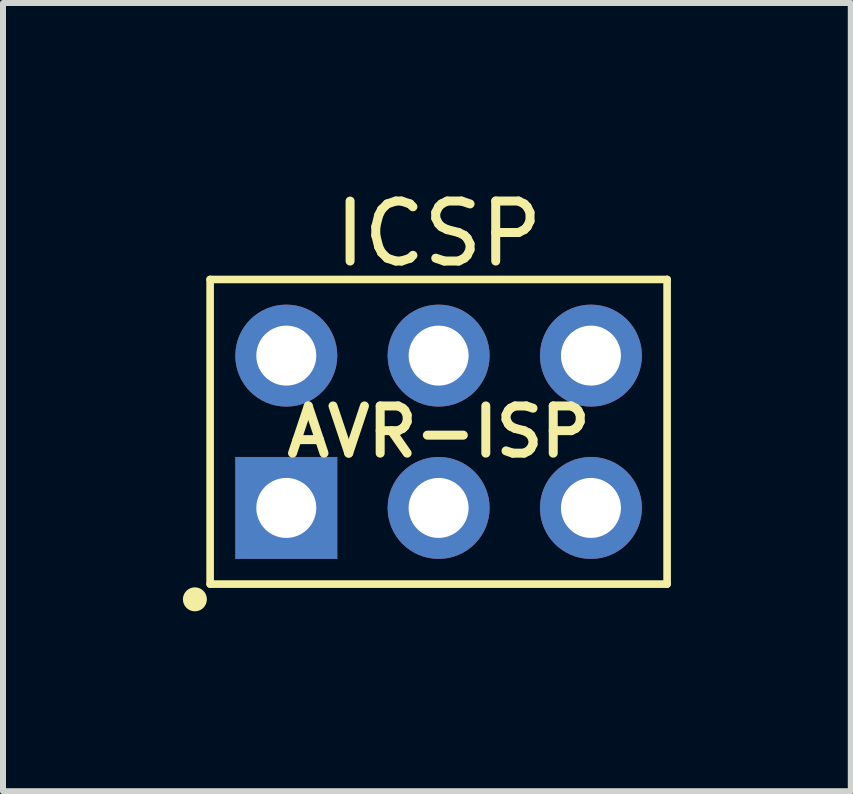
<source format=kicad_pcb>
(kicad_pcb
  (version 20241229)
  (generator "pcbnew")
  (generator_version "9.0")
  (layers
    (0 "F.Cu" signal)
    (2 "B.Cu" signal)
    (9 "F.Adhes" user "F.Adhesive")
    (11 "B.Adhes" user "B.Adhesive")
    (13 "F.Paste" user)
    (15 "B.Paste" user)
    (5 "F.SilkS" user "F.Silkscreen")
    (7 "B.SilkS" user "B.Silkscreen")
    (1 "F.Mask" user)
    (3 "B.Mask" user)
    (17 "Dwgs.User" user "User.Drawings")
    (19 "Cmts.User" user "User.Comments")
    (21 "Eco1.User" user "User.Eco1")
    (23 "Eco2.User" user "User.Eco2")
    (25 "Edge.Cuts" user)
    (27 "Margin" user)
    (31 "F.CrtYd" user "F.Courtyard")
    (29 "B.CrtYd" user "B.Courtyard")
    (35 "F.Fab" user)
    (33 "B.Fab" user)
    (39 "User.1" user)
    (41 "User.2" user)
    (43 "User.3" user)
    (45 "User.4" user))
  (footprint "AVR-ISP"
    (layer "F.Cu")
    (at 4.264 4.15)
    (property "Reference" "AVR-ISP" (at 0 0 0) (layer "F.SilkS") (effects (font (size 0.787 0.787) (thickness 0.15))))
    (attr through_hole)
    (fp_line (start -3.81 -2.54) (end 3.81 -2.54) (stroke (width 0.127) (type solid)) (layer "F.SilkS"))
    (fp_line (start -3.81 2.54) (end -3.81 -2.54) (stroke (width 0.127) (type solid)) (layer "F.SilkS"))
    (fp_line (start 3.81 -2.54) (end 3.81 2.54) (stroke (width 0.127) (type solid)) (layer "F.SilkS"))
    (fp_line (start 3.81 2.54) (end -3.81 2.54) (stroke (width 0.127) (type solid)) (layer "F.SilkS"))
    (fp_circle (center -4.064 2.794) (end -3.964 2.794) (stroke (width 0.2) (type solid)) (fill no) (layer "F.SilkS"))
    (fp_text user "ICSP" (at 0 -3.302 0) (layer "F.SilkS") (effects (font (size 1 1) (thickness 0.15))))
    (pad "1" thru_hole rect (at -2.54 1.27) (size 1.7 1.7) (drill 1) (layers "*.Cu" "*.Mask"))
    (pad "2" thru_hole circle (at -2.54 -1.27) (size 1.7 1.7) (drill 1) (layers "*.Cu" "*.Mask"))
    (pad "3" thru_hole circle (at 0 1.27) (size 1.7 1.7) (drill 1) (layers "*.Cu" "*.Mask"))
    (pad "4" thru_hole circle (at 0 -1.27) (size 1.7 1.7) (drill 1) (layers "*.Cu" "*.Mask"))
    (pad "5" thru_hole circle (at 2.54 1.27) (size 1.7 1.7) (drill 1) (layers "*.Cu" "*.Mask"))
    (pad "6" thru_hole circle (at 2.54 -1.27) (size 1.7 1.7) (drill 1) (layers "*.Cu" "*.Mask")))
  (gr_rect
    (start -3 -3)
    (end 11.137 10.144)
    (stroke (width 0.1) (type default))
    (fill no)
    (layer "Edge.Cuts")))
</source>
